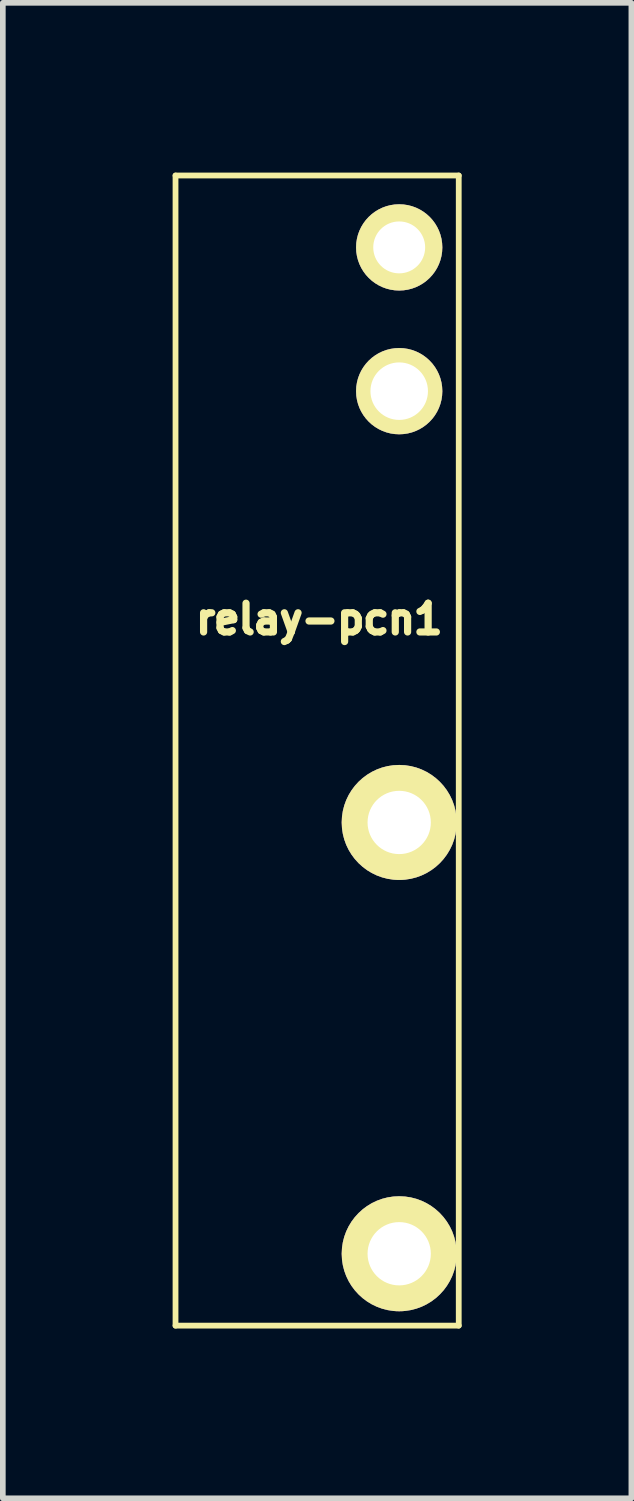
<source format=kicad_pcb>
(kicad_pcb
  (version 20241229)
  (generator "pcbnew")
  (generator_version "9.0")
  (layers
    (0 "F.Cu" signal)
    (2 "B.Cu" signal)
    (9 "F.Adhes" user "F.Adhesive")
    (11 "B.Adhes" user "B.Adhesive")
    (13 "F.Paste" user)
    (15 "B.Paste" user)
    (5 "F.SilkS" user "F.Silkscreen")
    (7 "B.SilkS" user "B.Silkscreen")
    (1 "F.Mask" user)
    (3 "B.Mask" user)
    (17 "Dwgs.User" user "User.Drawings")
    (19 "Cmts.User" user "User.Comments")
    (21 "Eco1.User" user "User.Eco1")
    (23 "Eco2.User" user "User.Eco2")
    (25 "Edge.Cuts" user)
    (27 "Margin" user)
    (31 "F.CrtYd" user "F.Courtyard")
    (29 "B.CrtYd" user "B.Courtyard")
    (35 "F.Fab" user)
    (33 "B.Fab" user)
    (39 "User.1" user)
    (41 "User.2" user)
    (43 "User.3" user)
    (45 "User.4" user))
  (footprint "relay-pcn1"
    (layer "F.Cu")
    (at 2.553 10.211)
    (property "Reference" "relay-pcn1" (at 0.038 -2.324 0) (layer "F.SilkS") (effects (font (size 0.508 0.508) (thickness 0.127))))
    (attr through_hole)
    (fp_line (start -2.502 -10.16) (end -2.502 10.16) (stroke (width 0.102) (type solid)) (layer "F.SilkS"))
    (fp_line (start -2.502 -10.16) (end 2.502 -10.16) (stroke (width 0.102) (type solid)) (layer "F.SilkS"))
    (fp_line (start -2.502 10.16) (end 2.502 10.16) (stroke (width 0.102) (type solid)) (layer "F.SilkS"))
    (fp_line (start 2.502 10.16) (end 2.502 -10.16) (stroke (width 0.102) (type solid)) (layer "F.SilkS"))
    (pad "1" thru_hole circle (at 1.45 -8.89) (size 1.524 1.524) (drill 0.917) (layers "*.Cu" "*.Mask" "F.SilkS"))
    (pad "2" thru_hole circle (at 1.45 -6.35) (size 1.524 1.524) (drill 1.016) (layers "*.Cu" "*.Mask" "F.SilkS"))
    (pad "11" thru_hole circle (at 1.45 8.89) (size 2.032 2.032) (drill 1.118) (layers "*.Cu" "*.Mask" "F.SilkS"))
    (pad "14" thru_hole circle (at 1.45 1.27) (size 2.032 2.032) (drill 1.118) (layers "*.Cu" "*.Mask" "F.SilkS")))
  (gr_rect
    (start -3 -3)
    (end 8.105 23.422)
    (stroke (width 0.1) (type default))
    (fill no)
    (layer "Edge.Cuts")))
</source>
